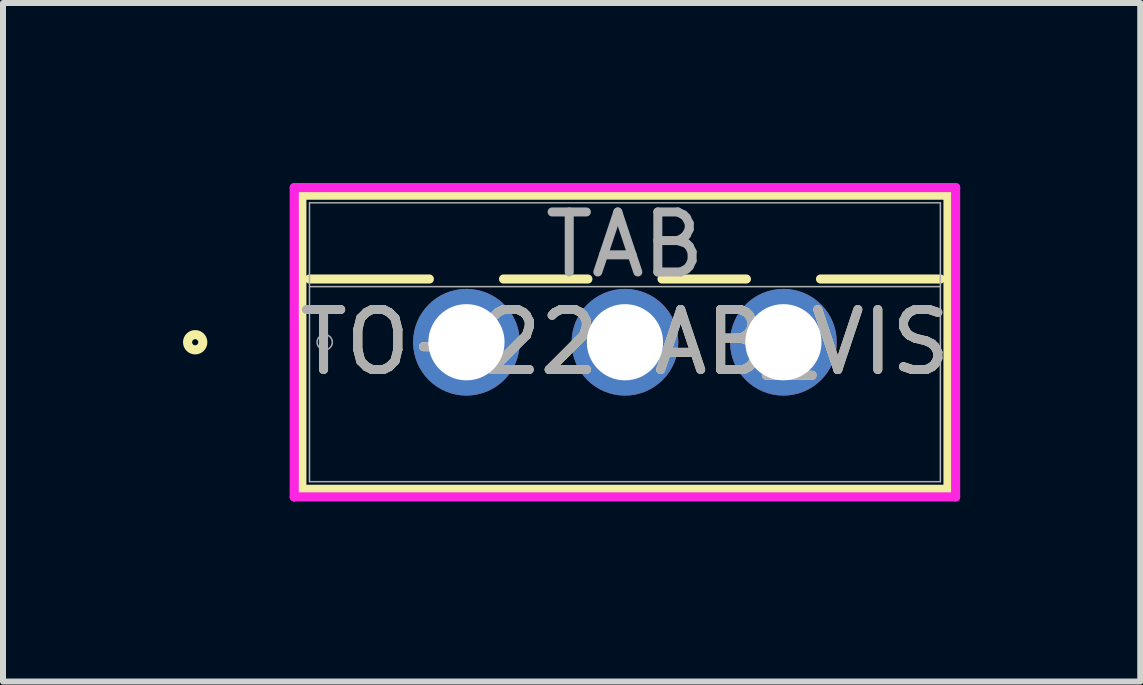
<source format=kicad_pcb>
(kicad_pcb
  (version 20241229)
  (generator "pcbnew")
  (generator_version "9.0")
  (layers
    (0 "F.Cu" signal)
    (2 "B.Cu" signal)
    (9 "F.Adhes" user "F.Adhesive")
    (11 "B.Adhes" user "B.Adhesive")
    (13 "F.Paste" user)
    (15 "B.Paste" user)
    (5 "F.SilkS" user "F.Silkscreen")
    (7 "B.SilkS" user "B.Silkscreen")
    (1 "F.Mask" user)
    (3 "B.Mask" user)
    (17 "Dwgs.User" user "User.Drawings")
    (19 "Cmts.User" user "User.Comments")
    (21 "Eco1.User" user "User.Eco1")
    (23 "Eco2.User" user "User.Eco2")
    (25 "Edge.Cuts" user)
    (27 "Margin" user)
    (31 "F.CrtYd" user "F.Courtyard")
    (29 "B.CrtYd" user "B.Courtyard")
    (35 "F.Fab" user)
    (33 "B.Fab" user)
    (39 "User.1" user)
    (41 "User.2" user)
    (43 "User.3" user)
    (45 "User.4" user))
  (footprint "TO-220AB_VIS"
    (layer "F.Cu")
    (at 4.724 2.654)
    (property "Reference" "TO-220AB_VIS" (at 2.642 0 0) (unlocked yes) (layer "F.SilkS") (effects (font (size 1 1) (thickness 0.15))))
    (attr through_hole)
    (fp_line (start -2.743 -2.451) (end -2.743 2.451) (stroke (width 0.152) (type solid)) (layer "F.SilkS"))
    (fp_line (start -2.743 2.451) (end 8.026 2.451) (stroke (width 0.152) (type solid)) (layer "F.SilkS"))
    (fp_line (start -2.616 -1.054) (end -0.618 -1.054) (stroke (width 0.152) (type solid)) (layer "F.SilkS"))
    (fp_line (start 0.618 -1.054) (end 2.024 -1.054) (stroke (width 0.152) (type solid)) (layer "F.SilkS"))
    (fp_line (start 3.259 -1.054) (end 4.666 -1.054) (stroke (width 0.152) (type solid)) (layer "F.SilkS"))
    (fp_line (start 5.901 -1.054) (end 7.899 -1.054) (stroke (width 0.152) (type solid)) (layer "F.SilkS"))
    (fp_line (start 8.026 -2.451) (end -2.743 -2.451) (stroke (width 0.152) (type solid)) (layer "F.SilkS"))
    (fp_line (start 8.026 2.451) (end 8.026 -2.451) (stroke (width 0.152) (type solid)) (layer "F.SilkS"))
    (fp_circle (center -4.521 0) (end -4.394 0) (stroke (width 0.152) (type solid)) (fill no) (layer "F.SilkS"))
    (fp_line (start -2.87 -2.578) (end -2.87 2.578) (stroke (width 0.152) (type solid)) (layer "F.CrtYd"))
    (fp_line (start -2.87 2.578) (end 8.153 2.578) (stroke (width 0.152) (type solid)) (layer "F.CrtYd"))
    (fp_line (start 8.153 -2.578) (end -2.87 -2.578) (stroke (width 0.152) (type solid)) (layer "F.CrtYd"))
    (fp_line (start 8.153 2.578) (end 8.153 -2.578) (stroke (width 0.152) (type solid)) (layer "F.CrtYd"))
    (fp_line (start -2.616 -2.324) (end -2.616 2.324) (stroke (width 0.025) (type solid)) (layer "F.Fab"))
    (fp_line (start -2.616 -0.927) (end 7.899 -0.927) (stroke (width 0.025) (type solid)) (layer "F.Fab"))
    (fp_line (start -2.616 2.324) (end 7.899 2.324) (stroke (width 0.025) (type solid)) (layer "F.Fab"))
    (fp_line (start 7.899 -2.324) (end -2.616 -2.324) (stroke (width 0.025) (type solid)) (layer "F.Fab"))
    (fp_line (start 7.899 2.324) (end 7.899 -2.324) (stroke (width 0.025) (type solid)) (layer "F.Fab"))
    (fp_circle (center -2.362 0) (end -2.235 0) (stroke (width 0.025) (type solid)) (fill no) (layer "F.Fab"))
    (fp_text user "TAB" (at 2.642 -1.626 0) (unlocked yes) (layer "F.Fab") (effects (font (size 1 1) (thickness 0.15))))
    (fp_text user "${REFERENCE}" (at 2.642 0 0) (unlocked yes) (layer "F.Fab") (effects (font (size 1 1) (thickness 0.15))))
    (pad "1" thru_hole circle (at 0 0) (size 1.778 1.778) (drill 1.27) (layers "*.Cu" "*.Mask"))
    (pad "2" thru_hole circle (at 2.642 0) (size 1.778 1.778) (drill 1.27) (layers "*.Cu" "*.Mask"))
    (pad "3" thru_hole circle (at 5.283 0) (size 1.778 1.778) (drill 1.27) (layers "*.Cu" "*.Mask")))
  (gr_rect
    (start -3 -3)
    (end 15.954 8.309)
    (stroke (width 0.1) (type default))
    (fill no)
    (layer "Edge.Cuts")))
</source>
